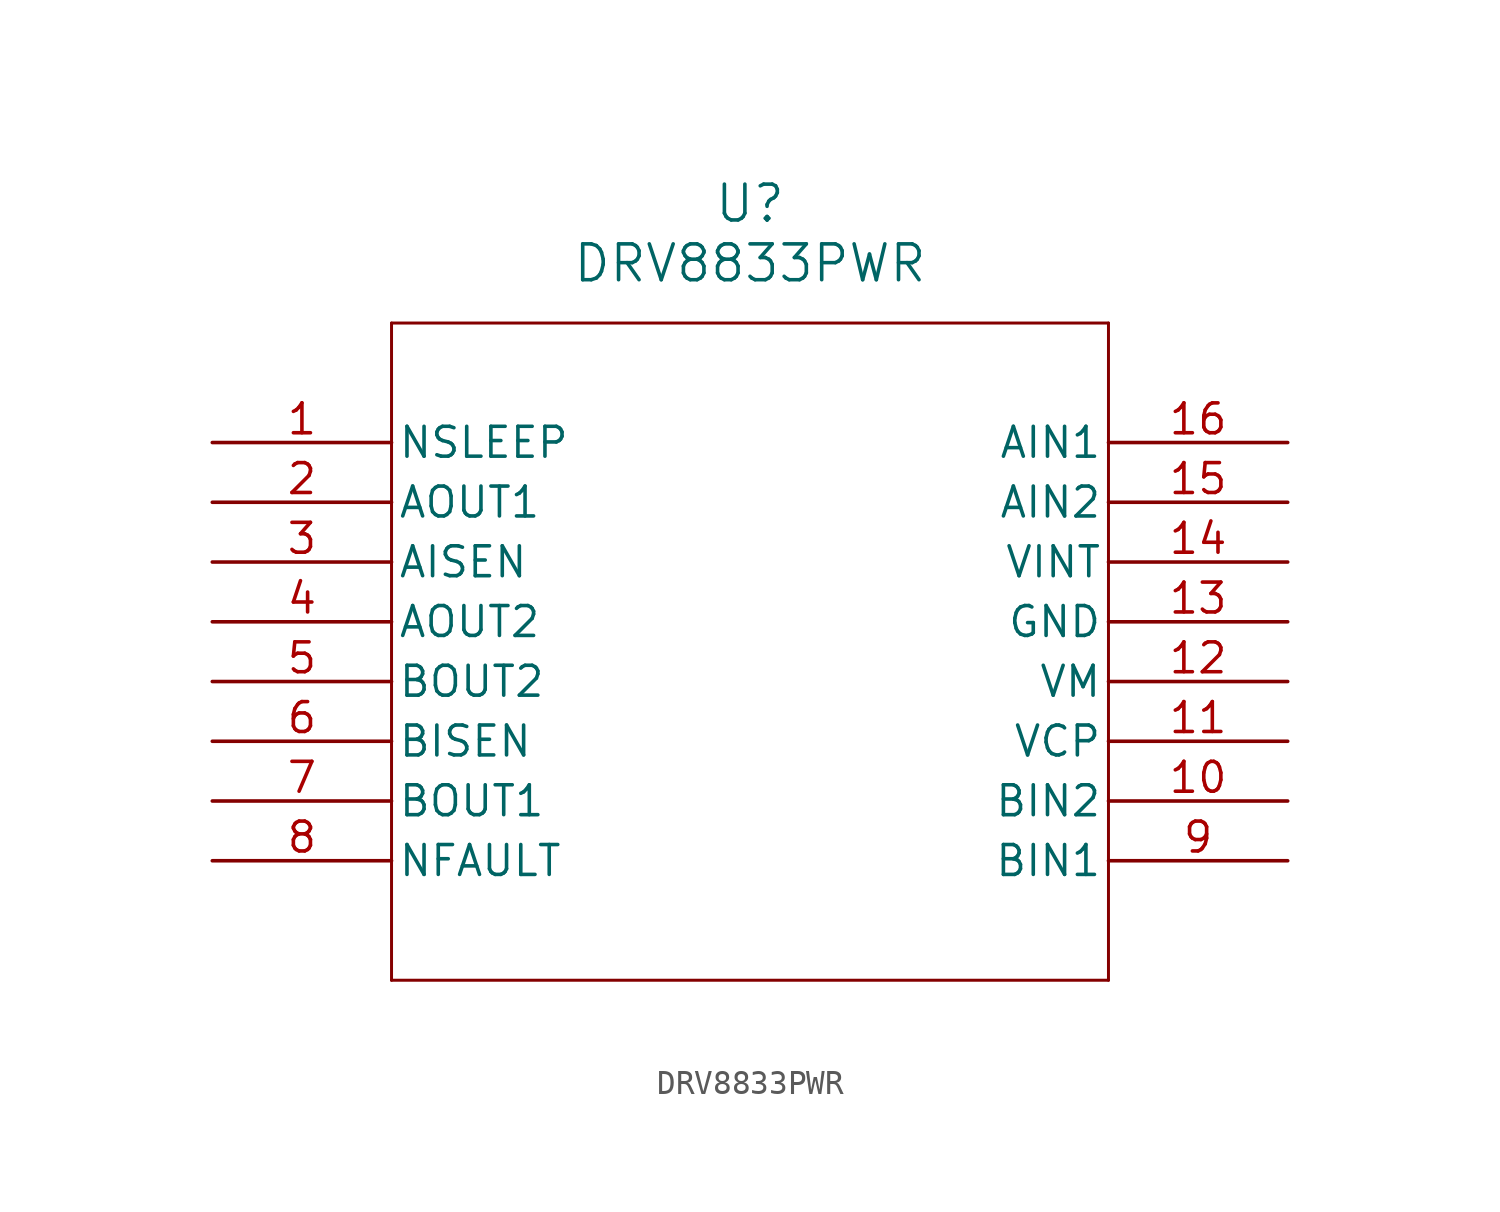
<source format=kicad_sym>
(kicad_symbol_lib
  (version 20211014)
  (generator kicad_symbol_editor)
  (symbol "DRV8833PWR"
    (pin_names
      (offset 0.254))
    (property "Reference" "U"
      (at 22.86 10.16 0)
      (effects (font (size 1.524 1.524))))
    (property "Value" "DRV8833PWR"
      (at 22.86 7.62 0)
      (effects (font (size 1.524 1.524))))
    (symbol "DRV8833PWR_0_1"
      (polyline (pts (xy 7.62 5.08) (xy 7.62 -22.86)) (stroke (width 0.127) (type default) (color 0 0 0 0)) (fill (type none)))
      (polyline (pts (xy 7.62 -22.86) (xy 38.1 -22.86)) (stroke (width 0.127) (type default) (color 0 0 0 0)) (fill (type none)))
      (polyline (pts (xy 38.1 -22.86) (xy 38.1 5.08)) (stroke (width 0.127) (type default) (color 0 0 0 0)) (fill (type none)))
      (polyline (pts (xy 38.1 5.08) (xy 7.62 5.08)) (stroke (width 0.127) (type default) (color 0 0 0 0)) (fill (type none)))
      (pin input line (at 0 0 0) (length 7.62) (name "NSLEEP" (effects (font (size 1.27 1.27)))) (number "1" (effects (font (size 1.27 1.27)))))
      (pin output line (at 0 -2.54 0) (length 7.62) (name "AOUT1" (effects (font (size 1.27 1.27)))) (number "2" (effects (font (size 1.27 1.27)))))
      (pin bidirectional line (at 0 -5.08 0) (length 7.62) (name "AISEN" (effects (font (size 1.27 1.27)))) (number "3" (effects (font (size 1.27 1.27)))))
      (pin output line (at 0 -7.62 0) (length 7.62) (name "AOUT2" (effects (font (size 1.27 1.27)))) (number "4" (effects (font (size 1.27 1.27)))))
      (pin output line (at 0 -10.16 0) (length 7.62) (name "BOUT2" (effects (font (size 1.27 1.27)))) (number "5" (effects (font (size 1.27 1.27)))))
      (pin bidirectional line (at 0 -12.7 0) (length 7.62) (name "BISEN" (effects (font (size 1.27 1.27)))) (number "6" (effects (font (size 1.27 1.27)))))
      (pin output line (at 0 -15.24 0) (length 7.62) (name "BOUT1" (effects (font (size 1.27 1.27)))) (number "7" (effects (font (size 1.27 1.27)))))
      (pin output line (at 0 -17.78 0) (length 7.62) (name "NFAULT" (effects (font (size 1.27 1.27)))) (number "8" (effects (font (size 1.27 1.27)))))
      (pin input line (at 45.72 -17.78 180) (length 7.62) (name "BIN1" (effects (font (size 1.27 1.27)))) (number "9" (effects (font (size 1.27 1.27)))))
      (pin input line (at 45.72 -15.24 180) (length 7.62) (name "BIN2" (effects (font (size 1.27 1.27)))) (number "10" (effects (font (size 1.27 1.27)))))
      (pin bidirectional line (at 45.72 -12.7 180) (length 7.62) (name "VCP" (effects (font (size 1.27 1.27)))) (number "11" (effects (font (size 1.27 1.27)))))
      (pin power_in line (at 45.72 -10.16 180) (length 7.62) (name "VM" (effects (font (size 1.27 1.27)))) (number "12" (effects (font (size 1.27 1.27)))))
      (pin power_in line (at 45.72 -7.62 180) (length 7.62) (name "GND" (effects (font (size 1.27 1.27)))) (number "13" (effects (font (size 1.27 1.27)))))
      (pin unspecified line (at 45.72 -5.08 180) (length 7.62) (name "VINT" (effects (font (size 1.27 1.27)))) (number "14" (effects (font (size 1.27 1.27)))))
      (pin input line (at 45.72 -2.54 180) (length 7.62) (name "AIN2" (effects (font (size 1.27 1.27)))) (number "15" (effects (font (size 1.27 1.27)))))
      (pin input line (at 45.72 0 180) (length 7.62) (name "AIN1" (effects (font (size 1.27 1.27)))) (number "16" (effects (font (size 1.27 1.27))))))))
</source>
